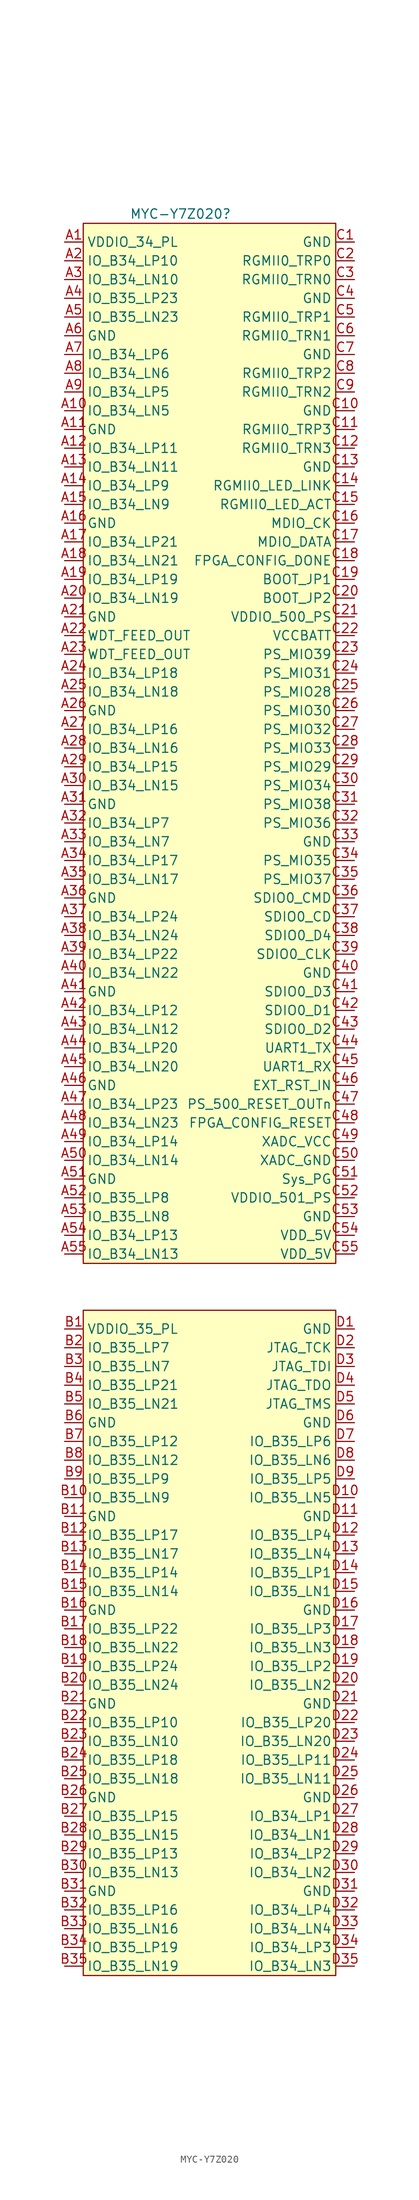
<source format=kicad_sym>
(kicad_symbol_lib
  (version 20231120)
  (generator "kicad_symbol_editor")
  (generator_version "8.0")
  (symbol "MYC-Y7Z020"
    (property "Reference" "MYC-Y7Z020"
      (at 10.668 0 0)
      (effects (font (size 1.27 1.27))))
    (property "Value" ""
      (at 0 0 0)
      (effects (font (size 1.27 1.27))))
    (symbol "MYC-Y7Z020_1_1"
      (rectangle (start -2.54 -148.59) (end 31.75 -238.76) (stroke (width 0) (type default)) (fill (type background)))
      (rectangle (start -2.54 -1.27) (end 31.75 -142.24) (stroke (width 0) (type default)) (fill (type background)))
      (pin input line (at -5.08 -3.81 0) (length 2.54) (name "VDDIO_34_PL" (effects (font (size 1.27 1.27)))) (number "A1" (effects (font (size 1.27 1.27)))))
      (pin input line (at -5.08 -26.67 0) (length 2.54) (name "IO_B34_LN5" (effects (font (size 1.27 1.27)))) (number "A10" (effects (font (size 1.27 1.27)))))
      (pin input line (at -5.08 -29.21 0) (length 2.54) (name "GND" (effects (font (size 1.27 1.27)))) (number "A11" (effects (font (size 1.27 1.27)))))
      (pin input line (at -5.08 -31.75 0) (length 2.54) (name "IO_B34_LP11" (effects (font (size 1.27 1.27)))) (number "A12" (effects (font (size 1.27 1.27)))))
      (pin input line (at -5.08 -34.29 0) (length 2.54) (name "IO_B34_LN11" (effects (font (size 1.27 1.27)))) (number "A13" (effects (font (size 1.27 1.27)))))
      (pin input line (at -5.08 -36.83 0) (length 2.54) (name "IO_B34_LP9" (effects (font (size 1.27 1.27)))) (number "A14" (effects (font (size 1.27 1.27)))))
      (pin input line (at -5.08 -39.37 0) (length 2.54) (name "IO_B34_LN9" (effects (font (size 1.27 1.27)))) (number "A15" (effects (font (size 1.27 1.27)))))
      (pin input line (at -5.08 -41.91 0) (length 2.54) (name "GND" (effects (font (size 1.27 1.27)))) (number "A16" (effects (font (size 1.27 1.27)))))
      (pin input line (at -5.08 -44.45 0) (length 2.54) (name "IO_B34_LP21" (effects (font (size 1.27 1.27)))) (number "A17" (effects (font (size 1.27 1.27)))))
      (pin input line (at -5.08 -46.99 0) (length 2.54) (name "IO_B34_LN21" (effects (font (size 1.27 1.27)))) (number "A18" (effects (font (size 1.27 1.27)))))
      (pin input line (at -5.08 -49.53 0) (length 2.54) (name "IO_B34_LP19" (effects (font (size 1.27 1.27)))) (number "A19" (effects (font (size 1.27 1.27)))))
      (pin input line (at -5.08 -6.35 0) (length 2.54) (name "IO_B34_LP10" (effects (font (size 1.27 1.27)))) (number "A2" (effects (font (size 1.27 1.27)))))
      (pin input line (at -5.08 -52.07 0) (length 2.54) (name "IO_B34_LN19" (effects (font (size 1.27 1.27)))) (number "A20" (effects (font (size 1.27 1.27)))))
      (pin input line (at -5.08 -54.61 0) (length 2.54) (name "GND" (effects (font (size 1.27 1.27)))) (number "A21" (effects (font (size 1.27 1.27)))))
      (pin input line (at -5.08 -57.15 0) (length 2.54) (name "WDT_FEED_OUT" (effects (font (size 1.27 1.27)))) (number "A22" (effects (font (size 1.27 1.27)))))
      (pin input line (at -5.08 -59.69 0) (length 2.54) (name "WDT_FEED_OUT" (effects (font (size 1.27 1.27)))) (number "A23" (effects (font (size 1.27 1.27)))))
      (pin input line (at -5.08 -62.23 0) (length 2.54) (name "IO_B34_LP18" (effects (font (size 1.27 1.27)))) (number "A24" (effects (font (size 1.27 1.27)))))
      (pin input line (at -5.08 -64.77 0) (length 2.54) (name "IO_B34_LN18" (effects (font (size 1.27 1.27)))) (number "A25" (effects (font (size 1.27 1.27)))))
      (pin input line (at -5.08 -67.31 0) (length 2.54) (name "GND" (effects (font (size 1.27 1.27)))) (number "A26" (effects (font (size 1.27 1.27)))))
      (pin input line (at -5.08 -69.85 0) (length 2.54) (name "IO_B34_LP16" (effects (font (size 1.27 1.27)))) (number "A27" (effects (font (size 1.27 1.27)))))
      (pin input line (at -5.08 -72.39 0) (length 2.54) (name "IO_B34_LN16" (effects (font (size 1.27 1.27)))) (number "A28" (effects (font (size 1.27 1.27)))))
      (pin input line (at -5.08 -74.93 0) (length 2.54) (name "IO_B34_LP15" (effects (font (size 1.27 1.27)))) (number "A29" (effects (font (size 1.27 1.27)))))
      (pin input line (at -5.08 -8.89 0) (length 2.54) (name "IO_B34_LN10" (effects (font (size 1.27 1.27)))) (number "A3" (effects (font (size 1.27 1.27)))))
      (pin input line (at -5.08 -77.47 0) (length 2.54) (name "IO_B34_LN15" (effects (font (size 1.27 1.27)))) (number "A30" (effects (font (size 1.27 1.27)))))
      (pin input line (at -5.08 -80.01 0) (length 2.54) (name "GND" (effects (font (size 1.27 1.27)))) (number "A31" (effects (font (size 1.27 1.27)))))
      (pin input line (at -5.08 -82.55 0) (length 2.54) (name "IO_B34_LP7" (effects (font (size 1.27 1.27)))) (number "A32" (effects (font (size 1.27 1.27)))))
      (pin input line (at -5.08 -85.09 0) (length 2.54) (name "IO_B34_LN7" (effects (font (size 1.27 1.27)))) (number "A33" (effects (font (size 1.27 1.27)))))
      (pin input line (at -5.08 -87.63 0) (length 2.54) (name "IO_B34_LP17" (effects (font (size 1.27 1.27)))) (number "A34" (effects (font (size 1.27 1.27)))))
      (pin input line (at -5.08 -90.17 0) (length 2.54) (name "IO_B34_LN17" (effects (font (size 1.27 1.27)))) (number "A35" (effects (font (size 1.27 1.27)))))
      (pin input line (at -5.08 -92.71 0) (length 2.54) (name "GND" (effects (font (size 1.27 1.27)))) (number "A36" (effects (font (size 1.27 1.27)))))
      (pin input line (at -5.08 -95.25 0) (length 2.54) (name "IO_B34_LP24" (effects (font (size 1.27 1.27)))) (number "A37" (effects (font (size 1.27 1.27)))))
      (pin input line (at -5.08 -97.79 0) (length 2.54) (name "IO_B34_LN24" (effects (font (size 1.27 1.27)))) (number "A38" (effects (font (size 1.27 1.27)))))
      (pin input line (at -5.08 -100.33 0) (length 2.54) (name "IO_B34_LP22" (effects (font (size 1.27 1.27)))) (number "A39" (effects (font (size 1.27 1.27)))))
      (pin input line (at -5.08 -11.43 0) (length 2.54) (name "IO_B35_LP23" (effects (font (size 1.27 1.27)))) (number "A4" (effects (font (size 1.27 1.27)))))
      (pin input line (at -5.08 -102.87 0) (length 2.54) (name "IO_B34_LN22" (effects (font (size 1.27 1.27)))) (number "A40" (effects (font (size 1.27 1.27)))))
      (pin input line (at -5.08 -105.41 0) (length 2.54) (name "GND" (effects (font (size 1.27 1.27)))) (number "A41" (effects (font (size 1.27 1.27)))))
      (pin input line (at -5.08 -107.95 0) (length 2.54) (name "IO_B34_LP12" (effects (font (size 1.27 1.27)))) (number "A42" (effects (font (size 1.27 1.27)))))
      (pin input line (at -5.08 -110.49 0) (length 2.54) (name "IO_B34_LN12" (effects (font (size 1.27 1.27)))) (number "A43" (effects (font (size 1.27 1.27)))))
      (pin input line (at -5.08 -113.03 0) (length 2.54) (name "IO_B34_LP20" (effects (font (size 1.27 1.27)))) (number "A44" (effects (font (size 1.27 1.27)))))
      (pin input line (at -5.08 -115.57 0) (length 2.54) (name "IO_B34_LN20" (effects (font (size 1.27 1.27)))) (number "A45" (effects (font (size 1.27 1.27)))))
      (pin input line (at -5.08 -118.11 0) (length 2.54) (name "GND" (effects (font (size 1.27 1.27)))) (number "A46" (effects (font (size 1.27 1.27)))))
      (pin input line (at -5.08 -120.65 0) (length 2.54) (name "IO_B34_LP23" (effects (font (size 1.27 1.27)))) (number "A47" (effects (font (size 1.27 1.27)))))
      (pin input line (at -5.08 -123.19 0) (length 2.54) (name "IO_B34_LN23" (effects (font (size 1.27 1.27)))) (number "A48" (effects (font (size 1.27 1.27)))))
      (pin input line (at -5.08 -125.73 0) (length 2.54) (name "IO_B34_LP14" (effects (font (size 1.27 1.27)))) (number "A49" (effects (font (size 1.27 1.27)))))
      (pin input line (at -5.08 -13.97 0) (length 2.54) (name "IO_B35_LN23" (effects (font (size 1.27 1.27)))) (number "A5" (effects (font (size 1.27 1.27)))))
      (pin input line (at -5.08 -128.27 0) (length 2.54) (name "IO_B34_LN14" (effects (font (size 1.27 1.27)))) (number "A50" (effects (font (size 1.27 1.27)))))
      (pin input line (at -5.08 -130.81 0) (length 2.54) (name "GND" (effects (font (size 1.27 1.27)))) (number "A51" (effects (font (size 1.27 1.27)))))
      (pin input line (at -5.08 -133.35 0) (length 2.54) (name "IO_B35_LP8" (effects (font (size 1.27 1.27)))) (number "A52" (effects (font (size 1.27 1.27)))))
      (pin input line (at -5.08 -135.89 0) (length 2.54) (name "IO_B35_LN8" (effects (font (size 1.27 1.27)))) (number "A53" (effects (font (size 1.27 1.27)))))
      (pin input line (at -5.08 -138.43 0) (length 2.54) (name "IO_B34_LP13" (effects (font (size 1.27 1.27)))) (number "A54" (effects (font (size 1.27 1.27)))))
      (pin input line (at -5.08 -140.97 0) (length 2.54) (name "IO_B34_LN13" (effects (font (size 1.27 1.27)))) (number "A55" (effects (font (size 1.27 1.27)))))
      (pin input line (at -5.08 -16.51 0) (length 2.54) (name "GND" (effects (font (size 1.27 1.27)))) (number "A6" (effects (font (size 1.27 1.27)))))
      (pin input line (at -5.08 -19.05 0) (length 2.54) (name "IO_B34_LP6" (effects (font (size 1.27 1.27)))) (number "A7" (effects (font (size 1.27 1.27)))))
      (pin input line (at -5.08 -21.59 0) (length 2.54) (name "IO_B34_LN6" (effects (font (size 1.27 1.27)))) (number "A8" (effects (font (size 1.27 1.27)))))
      (pin input line (at -5.08 -24.13 0) (length 2.54) (name "IO_B34_LP5" (effects (font (size 1.27 1.27)))) (number "A9" (effects (font (size 1.27 1.27)))))
      (pin input line (at -5.08 -151.13 0) (length 2.54) (name "VDDIO_35_PL" (effects (font (size 1.27 1.27)))) (number "B1" (effects (font (size 1.27 1.27)))))
      (pin input line (at -5.08 -173.99 0) (length 2.54) (name "IO_B35_LN9" (effects (font (size 1.27 1.27)))) (number "B10" (effects (font (size 1.27 1.27)))))
      (pin input line (at -5.08 -176.53 0) (length 2.54) (name "GND" (effects (font (size 1.27 1.27)))) (number "B11" (effects (font (size 1.27 1.27)))))
      (pin input line (at -5.08 -179.07 0) (length 2.54) (name "IO_B35_LP17" (effects (font (size 1.27 1.27)))) (number "B12" (effects (font (size 1.27 1.27)))))
      (pin input line (at -5.08 -181.61 0) (length 2.54) (name "IO_B35_LN17" (effects (font (size 1.27 1.27)))) (number "B13" (effects (font (size 1.27 1.27)))))
      (pin input line (at -5.08 -184.15 0) (length 2.54) (name "IO_B35_LP14" (effects (font (size 1.27 1.27)))) (number "B14" (effects (font (size 1.27 1.27)))))
      (pin input line (at -5.08 -186.69 0) (length 2.54) (name "IO_B35_LN14" (effects (font (size 1.27 1.27)))) (number "B15" (effects (font (size 1.27 1.27)))))
      (pin input line (at -5.08 -189.23 0) (length 2.54) (name "GND" (effects (font (size 1.27 1.27)))) (number "B16" (effects (font (size 1.27 1.27)))))
      (pin input line (at -5.08 -191.77 0) (length 2.54) (name "IO_B35_LP22" (effects (font (size 1.27 1.27)))) (number "B17" (effects (font (size 1.27 1.27)))))
      (pin input line (at -5.08 -194.31 0) (length 2.54) (name "IO_B35_LN22" (effects (font (size 1.27 1.27)))) (number "B18" (effects (font (size 1.27 1.27)))))
      (pin input line (at -5.08 -196.85 0) (length 2.54) (name "IO_B35_LP24" (effects (font (size 1.27 1.27)))) (number "B19" (effects (font (size 1.27 1.27)))))
      (pin input line (at -5.08 -153.67 0) (length 2.54) (name "IO_B35_LP7" (effects (font (size 1.27 1.27)))) (number "B2" (effects (font (size 1.27 1.27)))))
      (pin input line (at -5.08 -199.39 0) (length 2.54) (name "IO_B35_LN24" (effects (font (size 1.27 1.27)))) (number "B20" (effects (font (size 1.27 1.27)))))
      (pin input line (at -5.08 -201.93 0) (length 2.54) (name "GND" (effects (font (size 1.27 1.27)))) (number "B21" (effects (font (size 1.27 1.27)))))
      (pin input line (at -5.08 -204.47 0) (length 2.54) (name "IO_B35_LP10" (effects (font (size 1.27 1.27)))) (number "B22" (effects (font (size 1.27 1.27)))))
      (pin input line (at -5.08 -207.01 0) (length 2.54) (name "IO_B35_LN10" (effects (font (size 1.27 1.27)))) (number "B23" (effects (font (size 1.27 1.27)))))
      (pin input line (at -5.08 -209.55 0) (length 2.54) (name "IO_B35_LP18" (effects (font (size 1.27 1.27)))) (number "B24" (effects (font (size 1.27 1.27)))))
      (pin input line (at -5.08 -212.09 0) (length 2.54) (name "IO_B35_LN18" (effects (font (size 1.27 1.27)))) (number "B25" (effects (font (size 1.27 1.27)))))
      (pin input line (at -5.08 -214.63 0) (length 2.54) (name "GND" (effects (font (size 1.27 1.27)))) (number "B26" (effects (font (size 1.27 1.27)))))
      (pin input line (at -5.08 -217.17 0) (length 2.54) (name "IO_B35_LP15" (effects (font (size 1.27 1.27)))) (number "B27" (effects (font (size 1.27 1.27)))))
      (pin input line (at -5.08 -219.71 0) (length 2.54) (name "IO_B35_LN15" (effects (font (size 1.27 1.27)))) (number "B28" (effects (font (size 1.27 1.27)))))
      (pin input line (at -5.08 -222.25 0) (length 2.54) (name "IO_B35_LP13" (effects (font (size 1.27 1.27)))) (number "B29" (effects (font (size 1.27 1.27)))))
      (pin input line (at -5.08 -156.21 0) (length 2.54) (name "IO_B35_LN7" (effects (font (size 1.27 1.27)))) (number "B3" (effects (font (size 1.27 1.27)))))
      (pin input line (at -5.08 -224.79 0) (length 2.54) (name "IO_B35_LN13" (effects (font (size 1.27 1.27)))) (number "B30" (effects (font (size 1.27 1.27)))))
      (pin input line (at -5.08 -227.33 0) (length 2.54) (name "GND" (effects (font (size 1.27 1.27)))) (number "B31" (effects (font (size 1.27 1.27)))))
      (pin input line (at -5.08 -229.87 0) (length 2.54) (name "IO_B35_LP16" (effects (font (size 1.27 1.27)))) (number "B32" (effects (font (size 1.27 1.27)))))
      (pin input line (at -5.08 -232.41 0) (length 2.54) (name "IO_B35_LN16" (effects (font (size 1.27 1.27)))) (number "B33" (effects (font (size 1.27 1.27)))))
      (pin input line (at -5.08 -234.95 0) (length 2.54) (name "IO_B35_LP19" (effects (font (size 1.27 1.27)))) (number "B34" (effects (font (size 1.27 1.27)))))
      (pin input line (at -5.08 -237.49 0) (length 2.54) (name "IO_B35_LN19" (effects (font (size 1.27 1.27)))) (number "B35" (effects (font (size 1.27 1.27)))))
      (pin input line (at -5.08 -158.75 0) (length 2.54) (name "IO_B35_LP21" (effects (font (size 1.27 1.27)))) (number "B4" (effects (font (size 1.27 1.27)))))
      (pin input line (at -5.08 -161.29 0) (length 2.54) (name "IO_B35_LN21" (effects (font (size 1.27 1.27)))) (number "B5" (effects (font (size 1.27 1.27)))))
      (pin input line (at -5.08 -163.83 0) (length 2.54) (name "GND" (effects (font (size 1.27 1.27)))) (number "B6" (effects (font (size 1.27 1.27)))))
      (pin input line (at -5.08 -166.37 0) (length 2.54) (name "IO_B35_LP12" (effects (font (size 1.27 1.27)))) (number "B7" (effects (font (size 1.27 1.27)))))
      (pin input line (at -5.08 -168.91 0) (length 2.54) (name "IO_B35_LN12" (effects (font (size 1.27 1.27)))) (number "B8" (effects (font (size 1.27 1.27)))))
      (pin input line (at -5.08 -171.45 0) (length 2.54) (name "IO_B35_LP9" (effects (font (size 1.27 1.27)))) (number "B9" (effects (font (size 1.27 1.27)))))
      (pin input line (at 34.29 -3.81 180) (length 2.54) (name "GND" (effects (font (size 1.27 1.27)))) (number "C1" (effects (font (size 1.27 1.27)))))
      (pin input line (at 34.29 -26.67 180) (length 2.54) (name "GND" (effects (font (size 1.27 1.27)))) (number "C10" (effects (font (size 1.27 1.27)))))
      (pin input line (at 34.29 -29.21 180) (length 2.54) (name "RGMII0_TRP3" (effects (font (size 1.27 1.27)))) (number "C11" (effects (font (size 1.27 1.27)))))
      (pin input line (at 34.29 -31.75 180) (length 2.54) (name "RGMII0_TRN3" (effects (font (size 1.27 1.27)))) (number "C12" (effects (font (size 1.27 1.27)))))
      (pin input line (at 34.29 -34.29 180) (length 2.54) (name "GND" (effects (font (size 1.27 1.27)))) (number "C13" (effects (font (size 1.27 1.27)))))
      (pin input line (at 34.29 -36.83 180) (length 2.54) (name "RGMII0_LED_LINK" (effects (font (size 1.27 1.27)))) (number "C14" (effects (font (size 1.27 1.27)))))
      (pin input line (at 34.29 -39.37 180) (length 2.54) (name "RGMII0_LED_ACT" (effects (font (size 1.27 1.27)))) (number "C15" (effects (font (size 1.27 1.27)))))
      (pin input line (at 34.29 -41.91 180) (length 2.54) (name "MDIO_CK" (effects (font (size 1.27 1.27)))) (number "C16" (effects (font (size 1.27 1.27)))))
      (pin input line (at 34.29 -44.45 180) (length 2.54) (name "MDIO_DATA" (effects (font (size 1.27 1.27)))) (number "C17" (effects (font (size 1.27 1.27)))))
      (pin input line (at 34.29 -46.99 180) (length 2.54) (name "FPGA_CONFIG_DONE" (effects (font (size 1.27 1.27)))) (number "C18" (effects (font (size 1.27 1.27)))))
      (pin input line (at 34.29 -49.53 180) (length 2.54) (name "BOOT_JP1" (effects (font (size 1.27 1.27)))) (number "C19" (effects (font (size 1.27 1.27)))))
      (pin input line (at 34.29 -6.35 180) (length 2.54) (name "RGMII0_TRP0" (effects (font (size 1.27 1.27)))) (number "C2" (effects (font (size 1.27 1.27)))))
      (pin input line (at 34.29 -52.07 180) (length 2.54) (name "BOOT_JP2" (effects (font (size 1.27 1.27)))) (number "C20" (effects (font (size 1.27 1.27)))))
      (pin input line (at 34.29 -54.61 180) (length 2.54) (name "VDDIO_500_PS" (effects (font (size 1.27 1.27)))) (number "C21" (effects (font (size 1.27 1.27)))))
      (pin input line (at 34.29 -57.15 180) (length 2.54) (name "VCCBATT" (effects (font (size 1.27 1.27)))) (number "C22" (effects (font (size 1.27 1.27)))))
      (pin input line (at 34.29 -59.69 180) (length 2.54) (name "PS_MIO39" (effects (font (size 1.27 1.27)))) (number "C23" (effects (font (size 1.27 1.27)))))
      (pin input line (at 34.29 -62.23 180) (length 2.54) (name "PS_MIO31" (effects (font (size 1.27 1.27)))) (number "C24" (effects (font (size 1.27 1.27)))))
      (pin input line (at 34.29 -64.77 180) (length 2.54) (name "PS_MIO28" (effects (font (size 1.27 1.27)))) (number "C25" (effects (font (size 1.27 1.27)))))
      (pin input line (at 34.29 -67.31 180) (length 2.54) (name "PS_MIO30" (effects (font (size 1.27 1.27)))) (number "C26" (effects (font (size 1.27 1.27)))))
      (pin input line (at 34.29 -69.85 180) (length 2.54) (name "PS_MIO32" (effects (font (size 1.27 1.27)))) (number "C27" (effects (font (size 1.27 1.27)))))
      (pin input line (at 34.29 -72.39 180) (length 2.54) (name "PS_MIO33" (effects (font (size 1.27 1.27)))) (number "C28" (effects (font (size 1.27 1.27)))))
      (pin input line (at 34.29 -74.93 180) (length 2.54) (name "PS_MIO29" (effects (font (size 1.27 1.27)))) (number "C29" (effects (font (size 1.27 1.27)))))
      (pin input line (at 34.29 -8.89 180) (length 2.54) (name "RGMII0_TRN0" (effects (font (size 1.27 1.27)))) (number "C3" (effects (font (size 1.27 1.27)))))
      (pin input line (at 34.29 -77.47 180) (length 2.54) (name "PS_MIO34" (effects (font (size 1.27 1.27)))) (number "C30" (effects (font (size 1.27 1.27)))))
      (pin input line (at 34.29 -80.01 180) (length 2.54) (name "PS_MIO38" (effects (font (size 1.27 1.27)))) (number "C31" (effects (font (size 1.27 1.27)))))
      (pin input line (at 34.29 -82.55 180) (length 2.54) (name "PS_MIO36" (effects (font (size 1.27 1.27)))) (number "C32" (effects (font (size 1.27 1.27)))))
      (pin input line (at 34.29 -85.09 180) (length 2.54) (name "GND" (effects (font (size 1.27 1.27)))) (number "C33" (effects (font (size 1.27 1.27)))))
      (pin input line (at 34.29 -87.63 180) (length 2.54) (name "PS_MIO35" (effects (font (size 1.27 1.27)))) (number "C34" (effects (font (size 1.27 1.27)))))
      (pin input line (at 34.29 -90.17 180) (length 2.54) (name "PS_MIO37" (effects (font (size 1.27 1.27)))) (number "C35" (effects (font (size 1.27 1.27)))))
      (pin input line (at 34.29 -92.71 180) (length 2.54) (name "SDIO0_CMD" (effects (font (size 1.27 1.27)))) (number "C36" (effects (font (size 1.27 1.27)))))
      (pin input line (at 34.29 -95.25 180) (length 2.54) (name "SDIO0_CD" (effects (font (size 1.27 1.27)))) (number "C37" (effects (font (size 1.27 1.27)))))
      (pin input line (at 34.29 -97.79 180) (length 2.54) (name "SDIO0_D4" (effects (font (size 1.27 1.27)))) (number "C38" (effects (font (size 1.27 1.27)))))
      (pin input line (at 34.29 -100.33 180) (length 2.54) (name "SDIO0_CLK" (effects (font (size 1.27 1.27)))) (number "C39" (effects (font (size 1.27 1.27)))))
      (pin input line (at 34.29 -11.43 180) (length 2.54) (name "GND" (effects (font (size 1.27 1.27)))) (number "C4" (effects (font (size 1.27 1.27)))))
      (pin input line (at 34.29 -102.87 180) (length 2.54) (name "GND" (effects (font (size 1.27 1.27)))) (number "C40" (effects (font (size 1.27 1.27)))))
      (pin input line (at 34.29 -105.41 180) (length 2.54) (name "SDIO0_D3" (effects (font (size 1.27 1.27)))) (number "C41" (effects (font (size 1.27 1.27)))))
      (pin input line (at 34.29 -107.95 180) (length 2.54) (name "SDIO0_D1" (effects (font (size 1.27 1.27)))) (number "C42" (effects (font (size 1.27 1.27)))))
      (pin input line (at 34.29 -110.49 180) (length 2.54) (name "SDIO0_D2" (effects (font (size 1.27 1.27)))) (number "C43" (effects (font (size 1.27 1.27)))))
      (pin input line (at 34.29 -113.03 180) (length 2.54) (name "UART1_TX" (effects (font (size 1.27 1.27)))) (number "C44" (effects (font (size 1.27 1.27)))))
      (pin input line (at 34.29 -115.57 180) (length 2.54) (name "UART1_RX" (effects (font (size 1.27 1.27)))) (number "C45" (effects (font (size 1.27 1.27)))))
      (pin input line (at 34.29 -118.11 180) (length 2.54) (name "EXT_RST_IN" (effects (font (size 1.27 1.27)))) (number "C46" (effects (font (size 1.27 1.27)))))
      (pin input line (at 34.29 -120.65 180) (length 2.54) (name "PS_500_RESET_OUTn" (effects (font (size 1.27 1.27)))) (number "C47" (effects (font (size 1.27 1.27)))))
      (pin input line (at 34.29 -123.19 180) (length 2.54) (name "FPGA_CONFIG_RESET" (effects (font (size 1.27 1.27)))) (number "C48" (effects (font (size 1.27 1.27)))))
      (pin input line (at 34.29 -125.73 180) (length 2.54) (name "XADC_VCC" (effects (font (size 1.27 1.27)))) (number "C49" (effects (font (size 1.27 1.27)))))
      (pin input line (at 34.29 -13.97 180) (length 2.54) (name "RGMII0_TRP1" (effects (font (size 1.27 1.27)))) (number "C5" (effects (font (size 1.27 1.27)))))
      (pin input line (at 34.29 -128.27 180) (length 2.54) (name "XADC_GND" (effects (font (size 1.27 1.27)))) (number "C50" (effects (font (size 1.27 1.27)))))
      (pin input line (at 34.29 -130.81 180) (length 2.54) (name "Sys_PG" (effects (font (size 1.27 1.27)))) (number "C51" (effects (font (size 1.27 1.27)))))
      (pin input line (at 34.29 -133.35 180) (length 2.54) (name "VDDIO_501_PS" (effects (font (size 1.27 1.27)))) (number "C52" (effects (font (size 1.27 1.27)))))
      (pin input line (at 34.29 -135.89 180) (length 2.54) (name "GND" (effects (font (size 1.27 1.27)))) (number "C53" (effects (font (size 1.27 1.27)))))
      (pin input line (at 34.29 -138.43 180) (length 2.54) (name "VDD_5V" (effects (font (size 1.27 1.27)))) (number "C54" (effects (font (size 1.27 1.27)))))
      (pin input line (at 34.29 -140.97 180) (length 2.54) (name "VDD_5V" (effects (font (size 1.27 1.27)))) (number "C55" (effects (font (size 1.27 1.27)))))
      (pin input line (at 34.29 -16.51 180) (length 2.54) (name "RGMII0_TRN1" (effects (font (size 1.27 1.27)))) (number "C6" (effects (font (size 1.27 1.27)))))
      (pin input line (at 34.29 -19.05 180) (length 2.54) (name "GND" (effects (font (size 1.27 1.27)))) (number "C7" (effects (font (size 1.27 1.27)))))
      (pin input line (at 34.29 -21.59 180) (length 2.54) (name "RGMII0_TRP2" (effects (font (size 1.27 1.27)))) (number "C8" (effects (font (size 1.27 1.27)))))
      (pin input line (at 34.29 -24.13 180) (length 2.54) (name "RGMII0_TRN2" (effects (font (size 1.27 1.27)))) (number "C9" (effects (font (size 1.27 1.27)))))
      (pin input line (at 34.29 -151.13 180) (length 2.54) (name "GND" (effects (font (size 1.27 1.27)))) (number "D1" (effects (font (size 1.27 1.27)))))
      (pin input line (at 34.29 -173.99 180) (length 2.54) (name "IO_B35_LN5" (effects (font (size 1.27 1.27)))) (number "D10" (effects (font (size 1.27 1.27)))))
      (pin input line (at 34.29 -176.53 180) (length 2.54) (name "GND" (effects (font (size 1.27 1.27)))) (number "D11" (effects (font (size 1.27 1.27)))))
      (pin input line (at 34.29 -179.07 180) (length 2.54) (name "IO_B35_LP4" (effects (font (size 1.27 1.27)))) (number "D12" (effects (font (size 1.27 1.27)))))
      (pin input line (at 34.29 -181.61 180) (length 2.54) (name "IO_B35_LN4" (effects (font (size 1.27 1.27)))) (number "D13" (effects (font (size 1.27 1.27)))))
      (pin input line (at 34.29 -184.15 180) (length 2.54) (name "IO_B35_LP1" (effects (font (size 1.27 1.27)))) (number "D14" (effects (font (size 1.27 1.27)))))
      (pin input line (at 34.29 -186.69 180) (length 2.54) (name "IO_B35_LN1" (effects (font (size 1.27 1.27)))) (number "D15" (effects (font (size 1.27 1.27)))))
      (pin input line (at 34.29 -189.23 180) (length 2.54) (name "GND" (effects (font (size 1.27 1.27)))) (number "D16" (effects (font (size 1.27 1.27)))))
      (pin input line (at 34.29 -191.77 180) (length 2.54) (name "IO_B35_LP3" (effects (font (size 1.27 1.27)))) (number "D17" (effects (font (size 1.27 1.27)))))
      (pin input line (at 34.29 -194.31 180) (length 2.54) (name "IO_B35_LN3" (effects (font (size 1.27 1.27)))) (number "D18" (effects (font (size 1.27 1.27)))))
      (pin input line (at 34.29 -196.85 180) (length 2.54) (name "IO_B35_LP2" (effects (font (size 1.27 1.27)))) (number "D19" (effects (font (size 1.27 1.27)))))
      (pin input line (at 34.29 -153.67 180) (length 2.54) (name "JTAG_TCK" (effects (font (size 1.27 1.27)))) (number "D2" (effects (font (size 1.27 1.27)))))
      (pin input line (at 34.29 -199.39 180) (length 2.54) (name "IO_B35_LN2" (effects (font (size 1.27 1.27)))) (number "D20" (effects (font (size 1.27 1.27)))))
      (pin input line (at 34.29 -201.93 180) (length 2.54) (name "GND" (effects (font (size 1.27 1.27)))) (number "D21" (effects (font (size 1.27 1.27)))))
      (pin input line (at 34.29 -204.47 180) (length 2.54) (name "IO_B35_LP20" (effects (font (size 1.27 1.27)))) (number "D22" (effects (font (size 1.27 1.27)))))
      (pin input line (at 34.29 -207.01 180) (length 2.54) (name "IO_B35_LN20" (effects (font (size 1.27 1.27)))) (number "D23" (effects (font (size 1.27 1.27)))))
      (pin input line (at 34.29 -209.55 180) (length 2.54) (name "IO_B35_LP11" (effects (font (size 1.27 1.27)))) (number "D24" (effects (font (size 1.27 1.27)))))
      (pin input line (at 34.29 -212.09 180) (length 2.54) (name "IO_B35_LN11" (effects (font (size 1.27 1.27)))) (number "D25" (effects (font (size 1.27 1.27)))))
      (pin input line (at 34.29 -214.63 180) (length 2.54) (name "GND" (effects (font (size 1.27 1.27)))) (number "D26" (effects (font (size 1.27 1.27)))))
      (pin input line (at 34.29 -217.17 180) (length 2.54) (name "IO_B34_LP1" (effects (font (size 1.27 1.27)))) (number "D27" (effects (font (size 1.27 1.27)))))
      (pin input line (at 34.29 -219.71 180) (length 2.54) (name "IO_B34_LN1" (effects (font (size 1.27 1.27)))) (number "D28" (effects (font (size 1.27 1.27)))))
      (pin input line (at 34.29 -222.25 180) (length 2.54) (name "IO_B34_LP2" (effects (font (size 1.27 1.27)))) (number "D29" (effects (font (size 1.27 1.27)))))
      (pin input line (at 34.29 -156.21 180) (length 2.54) (name "JTAG_TDI" (effects (font (size 1.27 1.27)))) (number "D3" (effects (font (size 1.27 1.27)))))
      (pin input line (at 34.29 -224.79 180) (length 2.54) (name "IO_B34_LN2" (effects (font (size 1.27 1.27)))) (number "D30" (effects (font (size 1.27 1.27)))))
      (pin input line (at 34.29 -227.33 180) (length 2.54) (name "GND" (effects (font (size 1.27 1.27)))) (number "D31" (effects (font (size 1.27 1.27)))))
      (pin input line (at 34.29 -229.87 180) (length 2.54) (name "IO_B34_LP4" (effects (font (size 1.27 1.27)))) (number "D32" (effects (font (size 1.27 1.27)))))
      (pin input line (at 34.29 -232.41 180) (length 2.54) (name "IO_B34_LN4" (effects (font (size 1.27 1.27)))) (number "D33" (effects (font (size 1.27 1.27)))))
      (pin input line (at 34.29 -234.95 180) (length 2.54) (name "IO_B34_LP3" (effects (font (size 1.27 1.27)))) (number "D34" (effects (font (size 1.27 1.27)))))
      (pin input line (at 34.29 -237.49 180) (length 2.54) (name "IO_B34_LN3" (effects (font (size 1.27 1.27)))) (number "D35" (effects (font (size 1.27 1.27)))))
      (pin input line (at 34.29 -158.75 180) (length 2.54) (name "JTAG_TDO" (effects (font (size 1.27 1.27)))) (number "D4" (effects (font (size 1.27 1.27)))))
      (pin input line (at 34.29 -161.29 180) (length 2.54) (name "JTAG_TMS" (effects (font (size 1.27 1.27)))) (number "D5" (effects (font (size 1.27 1.27)))))
      (pin input line (at 34.29 -163.83 180) (length 2.54) (name "GND" (effects (font (size 1.27 1.27)))) (number "D6" (effects (font (size 1.27 1.27)))))
      (pin input line (at 34.29 -166.37 180) (length 2.54) (name "IO_B35_LP6" (effects (font (size 1.27 1.27)))) (number "D7" (effects (font (size 1.27 1.27)))))
      (pin input line (at 34.29 -168.91 180) (length 2.54) (name "IO_B35_LN6" (effects (font (size 1.27 1.27)))) (number "D8" (effects (font (size 1.27 1.27)))))
      (pin input line (at 34.29 -171.45 180) (length 2.54) (name "IO_B35_LP5" (effects (font (size 1.27 1.27)))) (number "D9" (effects (font (size 1.27 1.27))))))))
</source>
